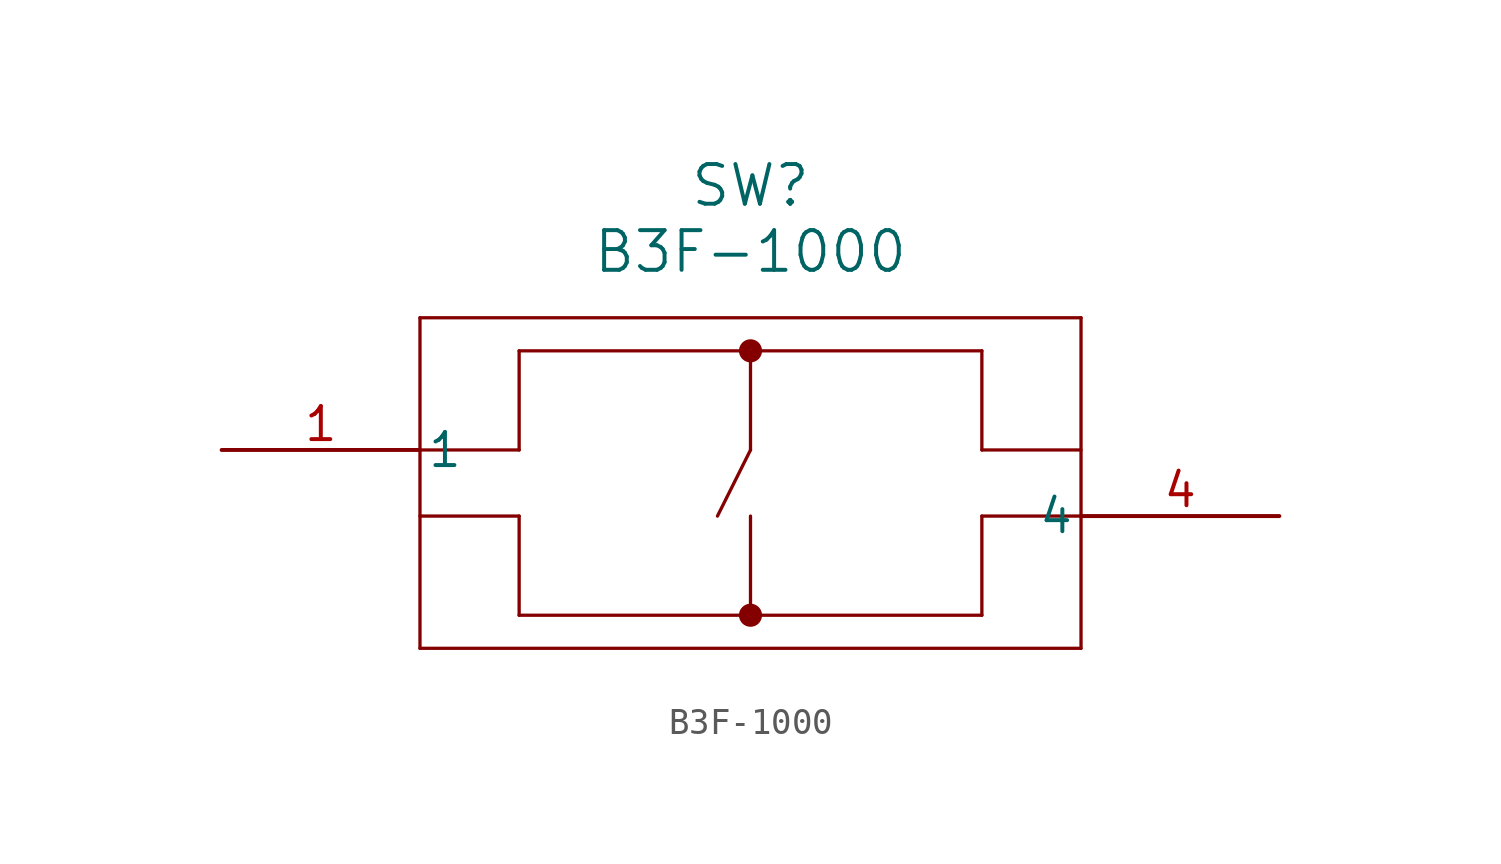
<source format=kicad_sym>
(kicad_symbol_lib
  (version 20231120)
  (generator "kicad_symbol_editor")
  (generator_version "8.0")
  (symbol "B3F-1000"
    (pin_names
      (offset 0.254))
    (property "Reference" "SW"
      (at 20.32 10.16 0)
      (effects (font (size 1.524 1.524))))
    (property "Value" "B3F-1000"
      (at 20.32 7.62 0)
      (effects (font (size 1.524 1.524))))
    (property "ki_locked" ""
      (at 0 0 0)
      (effects (font (size 1.27 1.27))))
    (symbol "B3F-1000_0_1"
      (polyline (pts (xy 7.62 -7.62) (xy 33.02 -7.62)) (stroke (width 0.127) (type default)) (fill (type none)))
      (polyline (pts (xy 7.62 -2.54) (xy 11.43 -2.54)) (stroke (width 0.127) (type default)) (fill (type none)))
      (polyline (pts (xy 7.62 0) (xy 11.43 0)) (stroke (width 0.127) (type default)) (fill (type none)))
      (polyline (pts (xy 7.62 5.08) (xy 7.62 -7.62)) (stroke (width 0.127) (type default)) (fill (type none)))
      (polyline (pts (xy 11.43 -6.35) (xy 29.21 -6.35)) (stroke (width 0.127) (type default)) (fill (type none)))
      (polyline (pts (xy 11.43 -2.54) (xy 11.43 -6.35)) (stroke (width 0.127) (type default)) (fill (type none)))
      (polyline (pts (xy 11.43 0) (xy 11.43 3.81)) (stroke (width 0.127) (type default)) (fill (type none)))
      (polyline (pts (xy 20.32 -2.54) (xy 20.32 -6.35)) (stroke (width 0.127) (type default)) (fill (type none)))
      (polyline (pts (xy 20.32 0) (xy 19.05 -2.54)) (stroke (width 0.127) (type default)) (fill (type none)))
      (polyline (pts (xy 20.32 3.81) (xy 20.32 0)) (stroke (width 0.127) (type default)) (fill (type none)))
      (polyline (pts (xy 29.21 -6.35) (xy 29.21 -2.54)) (stroke (width 0.127) (type default)) (fill (type none)))
      (polyline (pts (xy 29.21 -2.54) (xy 33.02 -2.54)) (stroke (width 0.127) (type default)) (fill (type none)))
      (polyline (pts (xy 29.21 0) (xy 29.21 3.81)) (stroke (width 0.127) (type default)) (fill (type none)))
      (polyline (pts (xy 29.21 3.81) (xy 11.43 3.81)) (stroke (width 0.127) (type default)) (fill (type none)))
      (polyline (pts (xy 33.02 -7.62) (xy 33.02 5.08)) (stroke (width 0.127) (type default)) (fill (type none)))
      (polyline (pts (xy 33.02 0) (xy 29.21 0)) (stroke (width 0.127) (type default)) (fill (type none)))
      (polyline (pts (xy 33.02 5.08) (xy 7.62 5.08)) (stroke (width 0.127) (type default)) (fill (type none)))
      (circle (center 20.32 -6.35) (radius 0.254) (stroke (width 0.381) (type default)) (fill (type none)))
      (circle (center 20.32 3.81) (radius 0.254) (stroke (width 0.381) (type default)) (fill (type none)))
      (pin unspecified line (at 0 0 0) (length 7.62) (name "1" (effects (font (size 1.27 1.27)))) (number "1" (effects (font (size 1.27 1.27)))))
      (pin unspecified line (at 40.64 -2.54 180) (length 7.62) (name "4" (effects (font (size 1.27 1.27)))) (number "4" (effects (font (size 1.27 1.27))))))))
</source>
